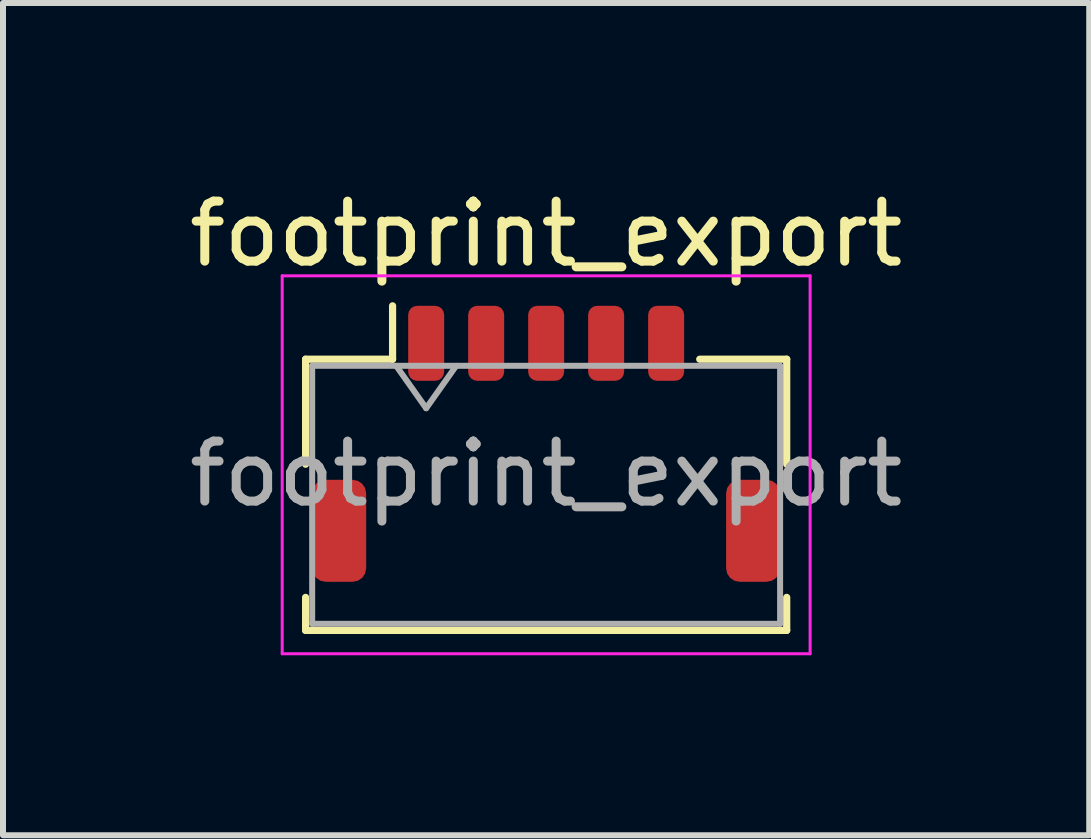
<source format=kicad_pcb>
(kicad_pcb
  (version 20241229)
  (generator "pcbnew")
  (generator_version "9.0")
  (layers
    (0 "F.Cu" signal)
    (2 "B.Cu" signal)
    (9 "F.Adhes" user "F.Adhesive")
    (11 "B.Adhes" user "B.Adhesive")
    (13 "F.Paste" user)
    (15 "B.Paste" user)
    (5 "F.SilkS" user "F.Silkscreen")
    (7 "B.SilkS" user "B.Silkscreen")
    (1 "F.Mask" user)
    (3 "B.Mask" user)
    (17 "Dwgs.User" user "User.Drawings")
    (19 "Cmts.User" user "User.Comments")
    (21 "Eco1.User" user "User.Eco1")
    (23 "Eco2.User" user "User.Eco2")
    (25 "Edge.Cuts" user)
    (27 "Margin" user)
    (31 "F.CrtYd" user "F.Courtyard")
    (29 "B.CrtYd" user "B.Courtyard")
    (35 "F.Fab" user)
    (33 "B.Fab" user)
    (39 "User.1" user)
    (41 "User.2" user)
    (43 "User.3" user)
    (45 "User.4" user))
  (footprint "footprint_export"
    (layer "F.Cu")
    (at 6.054 4.348)
    (property "Reference" "footprint_export" (at 0 -3.5 0) (layer "F.SilkS") (effects (font (size 1 1) (thickness 0.15))))
    (attr smd)
    (fp_line (start -4.01 -1.41) (end -2.56 -1.41) (stroke (width 0.12) (type solid)) (layer "F.SilkS"))
    (fp_line (start -4.01 0.34) (end -4.01 -1.41) (stroke (width 0.12) (type solid)) (layer "F.SilkS"))
    (fp_line (start -4.01 2.56) (end -4.01 3.11) (stroke (width 0.12) (type solid)) (layer "F.SilkS"))
    (fp_line (start -4.01 3.11) (end 4.01 3.11) (stroke (width 0.12) (type solid)) (layer "F.SilkS"))
    (fp_line (start -2.56 -1.41) (end -2.56 -2.3) (stroke (width 0.12) (type solid)) (layer "F.SilkS"))
    (fp_line (start 4.01 -1.41) (end 2.56 -1.41) (stroke (width 0.12) (type solid)) (layer "F.SilkS"))
    (fp_line (start 4.01 0.34) (end 4.01 -1.41) (stroke (width 0.12) (type solid)) (layer "F.SilkS"))
    (fp_line (start 4.01 3.11) (end 4.01 2.56) (stroke (width 0.12) (type solid)) (layer "F.SilkS"))
    (fp_line (start -4.4 -2.8) (end -4.4 3.5) (stroke (width 0.05) (type solid)) (layer "F.CrtYd"))
    (fp_line (start -4.4 3.5) (end 4.4 3.5) (stroke (width 0.05) (type solid)) (layer "F.CrtYd"))
    (fp_line (start 4.4 -2.8) (end -4.4 -2.8) (stroke (width 0.05) (type solid)) (layer "F.CrtYd"))
    (fp_line (start 4.4 3.5) (end 4.4 -2.8) (stroke (width 0.05) (type solid)) (layer "F.CrtYd"))
    (fp_line (start -3.9 -1.3) (end -3.9 3) (stroke (width 0.1) (type solid)) (layer "F.Fab"))
    (fp_line (start -3.9 -1.3) (end 3.9 -1.3) (stroke (width 0.1) (type solid)) (layer "F.Fab"))
    (fp_line (start -3.9 3) (end 3.9 3) (stroke (width 0.1) (type solid)) (layer "F.Fab"))
    (fp_line (start -2.5 -1.3) (end -2 -0.593) (stroke (width 0.1) (type solid)) (layer "F.Fab"))
    (fp_line (start -2 -0.593) (end -1.5 -1.3) (stroke (width 0.1) (type solid)) (layer "F.Fab"))
    (fp_line (start 3.9 -1.3) (end 3.9 3) (stroke (width 0.1) (type solid)) (layer "F.Fab"))
    (fp_text user "${REFERENCE}" (at 0 0.5 0) (layer "F.Fab") (effects (font (size 1 1) (thickness 0.15))))
    (pad "1" smd roundrect (at -2 -1.675) (size 0.6 1.25) (layers "F.Cu" "F.Mask" "F.Paste") (roundrect_rratio 0.25))
    (pad "2" smd roundrect (at -1 -1.675) (size 0.6 1.25) (layers "F.Cu" "F.Mask" "F.Paste") (roundrect_rratio 0.25))
    (pad "3" smd roundrect (at 0 -1.675) (size 0.6 1.25) (layers "F.Cu" "F.Mask" "F.Paste") (roundrect_rratio 0.25))
    (pad "4" smd roundrect (at 1 -1.675) (size 0.6 1.25) (layers "F.Cu" "F.Mask" "F.Paste") (roundrect_rratio 0.25))
    (pad "5" smd roundrect (at 2 -1.675) (size 0.6 1.25) (layers "F.Cu" "F.Mask" "F.Paste") (roundrect_rratio 0.25))
    (pad "MP" smd roundrect (at -3.45 1.45) (size 0.9 1.7) (layers "F.Cu" "F.Mask" "F.Paste") (roundrect_rratio 0.25))
    (pad "MP" smd roundrect (at 3.45 1.45) (size 0.9 1.7) (layers "F.Cu" "F.Mask" "F.Paste") (roundrect_rratio 0.25)))
  (gr_rect
    (start -3 -3)
    (end 15.107 10.873)
    (stroke (width 0.1) (type default))
    (fill no)
    (layer "Edge.Cuts")))
</source>
